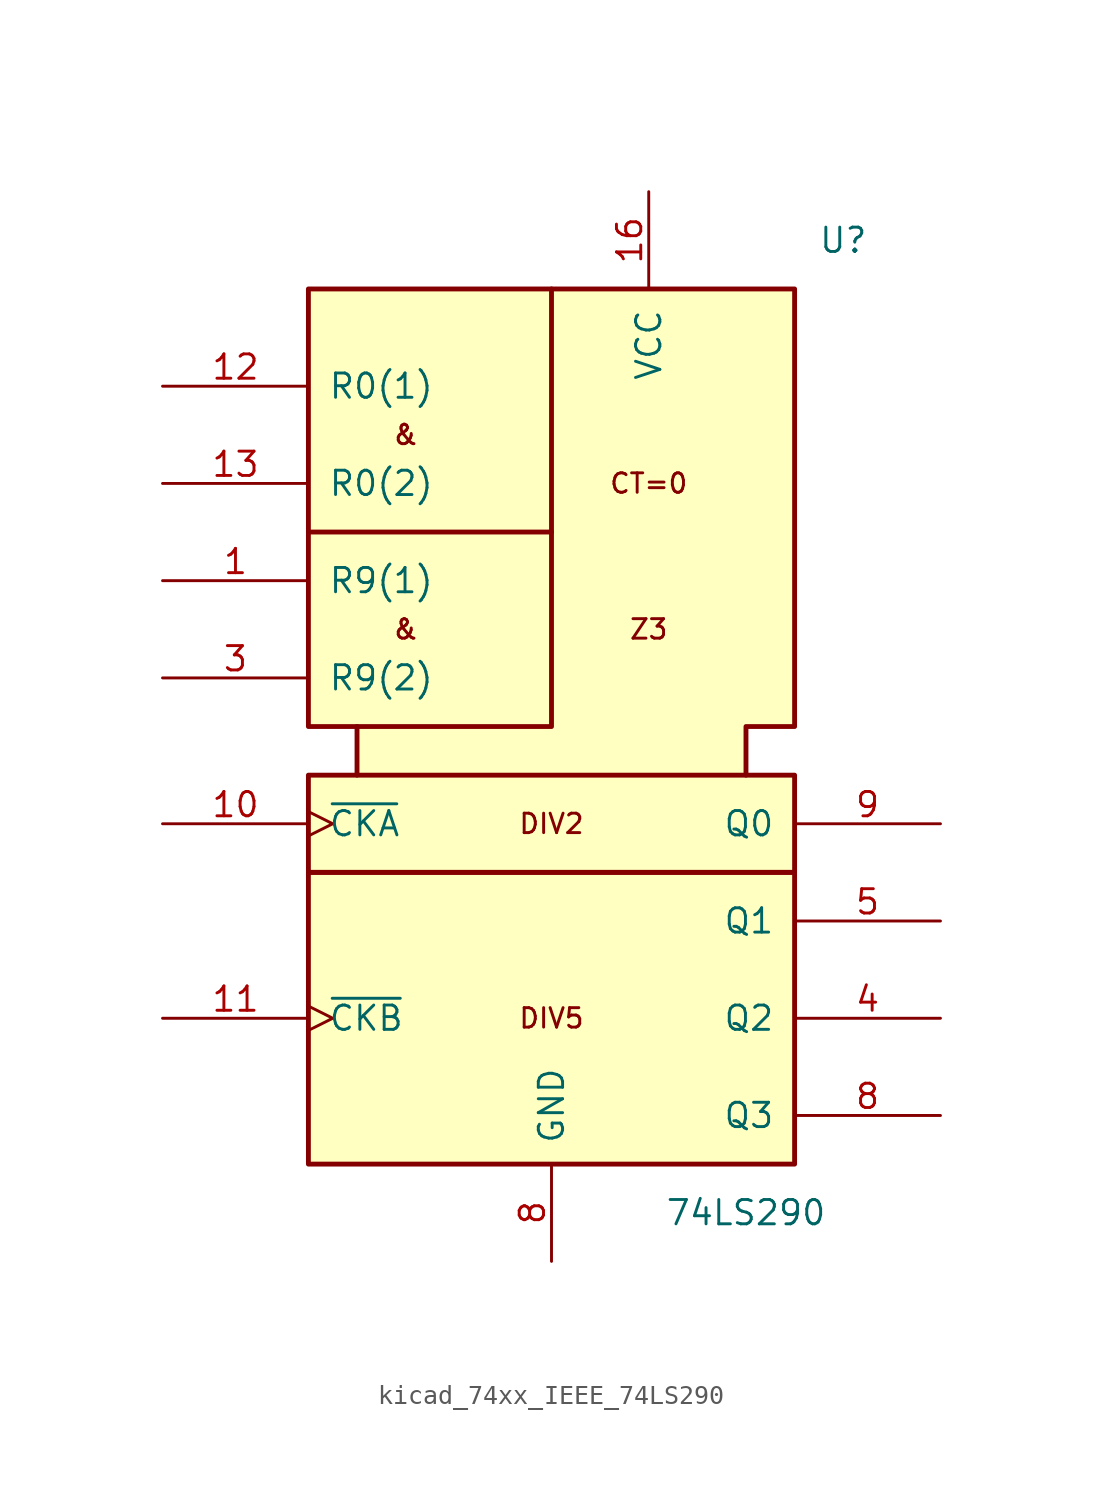
<source format=kicad_sym>
(kicad_symbol_lib
  (version 20220914)
  (generator kicad_symbol_editor)
  (symbol "kicad_74xx_IEEE_74LS290"
    (pin_names
      (offset 1.016))
    (property "Reference" "U"
      (at 15.24 25.4 0)
      (effects (font (size 1.27 1.27))))
    (property "Value" "74LS290"
      (at 10.16 -25.4 0)
      (effects (font (size 1.27 1.27))))
    (symbol "kicad_74xx_IEEE_74LS290_0_0"
      (rectangle (start -12.7 -7.62) (end 12.7 -22.86) (stroke (width 0.254) (type default)) (fill (type background)))
      (rectangle (start -12.7 -2.54) (end 12.7 -7.62) (stroke (width 0.254) (type default)) (fill (type background)))
      (polyline (pts (xy 0 10.16) (xy -12.7 10.16) (xy -12.7 10.16)) (stroke (width 0.254) (type default)) (fill (type background)))
      (polyline (pts (xy 0 22.86) (xy 0 0) (xy -10.16 0) (xy -10.16 0)) (stroke (width 0.254) (type default)) (fill (type background)))
      (polyline (pts (xy -10.16 -2.54) (xy -10.16 0) (xy -12.7 0) (xy -12.7 22.86) (xy 12.7 22.86) (xy 12.7 0) (xy 10.16 0) (xy 10.16 -2.54) (xy 10.16 -2.54)) (stroke (width 0.254) (type default)) (fill (type background)))
      (text "&" (at -7.62 5.08 0) (effects (font (size 1.016 1.016))))
      (text "&" (at -7.62 15.24 0) (effects (font (size 1.016 1.016))))
      (text "CT=0" (at 5.08 12.7 0) (effects (font (size 1.016 1.016))))
      (text "DIV2" (at 0 -5.08 0) (effects (font (size 1.016 1.016))))
      (text "DIV5" (at 0 -15.24 0) (effects (font (size 1.016 1.016))))
      (text "Z3" (at 5.08 5.08 0) (effects (font (size 1.016 1.016))))
      (pin power_in line (at 5.08 27.94 270) (length 5.08) (name "VCC" (effects (font (size 1.27 1.27)))) (number "16" (effects (font (size 1.27 1.27)))))
      (pin power_in line (at 0 -27.94 90) (length 5.08) (name "GND" (effects (font (size 1.27 1.27)))) (number "8" (effects (font (size 1.27 1.27))))))
    (symbol "kicad_74xx_IEEE_74LS290_1_1"
      (pin input line (at -20.32 7.62 0) (length 7.62) (name "R9(1)" (effects (font (size 1.27 1.27)))) (number "1" (effects (font (size 1.27 1.27)))))
      (pin input clock (at -20.32 -5.08 0) (length 7.62) (name "~{CKA}" (effects (font (size 1.27 1.27)))) (number "10" (effects (font (size 1.27 1.27)))))
      (pin input clock (at -20.32 -15.24 0) (length 7.62) (name "~{CKB}" (effects (font (size 1.27 1.27)))) (number "11" (effects (font (size 1.27 1.27)))))
      (pin input line (at -20.32 17.78 0) (length 7.62) (name "R0(1)" (effects (font (size 1.27 1.27)))) (number "12" (effects (font (size 1.27 1.27)))))
      (pin input line (at -20.32 12.7 0) (length 7.62) (name "R0(2)" (effects (font (size 1.27 1.27)))) (number "13" (effects (font (size 1.27 1.27)))))
      (pin input line (at -20.32 2.54 0) (length 7.62) (name "R9(2)" (effects (font (size 1.27 1.27)))) (number "3" (effects (font (size 1.27 1.27)))))
      (pin output line (at 20.32 -15.24 180) (length 7.62) (name "Q2" (effects (font (size 1.27 1.27)))) (number "4" (effects (font (size 1.27 1.27)))))
      (pin output line (at 20.32 -10.16 180) (length 7.62) (name "Q1" (effects (font (size 1.27 1.27)))) (number "5" (effects (font (size 1.27 1.27)))))
      (pin output line (at 20.32 -20.32 180) (length 7.62) (name "Q3" (effects (font (size 1.27 1.27)))) (number "8" (effects (font (size 1.27 1.27)))))
      (pin output line (at 20.32 -5.08 180) (length 7.62) (name "Q0" (effects (font (size 1.27 1.27)))) (number "9" (effects (font (size 1.27 1.27))))))))
</source>
